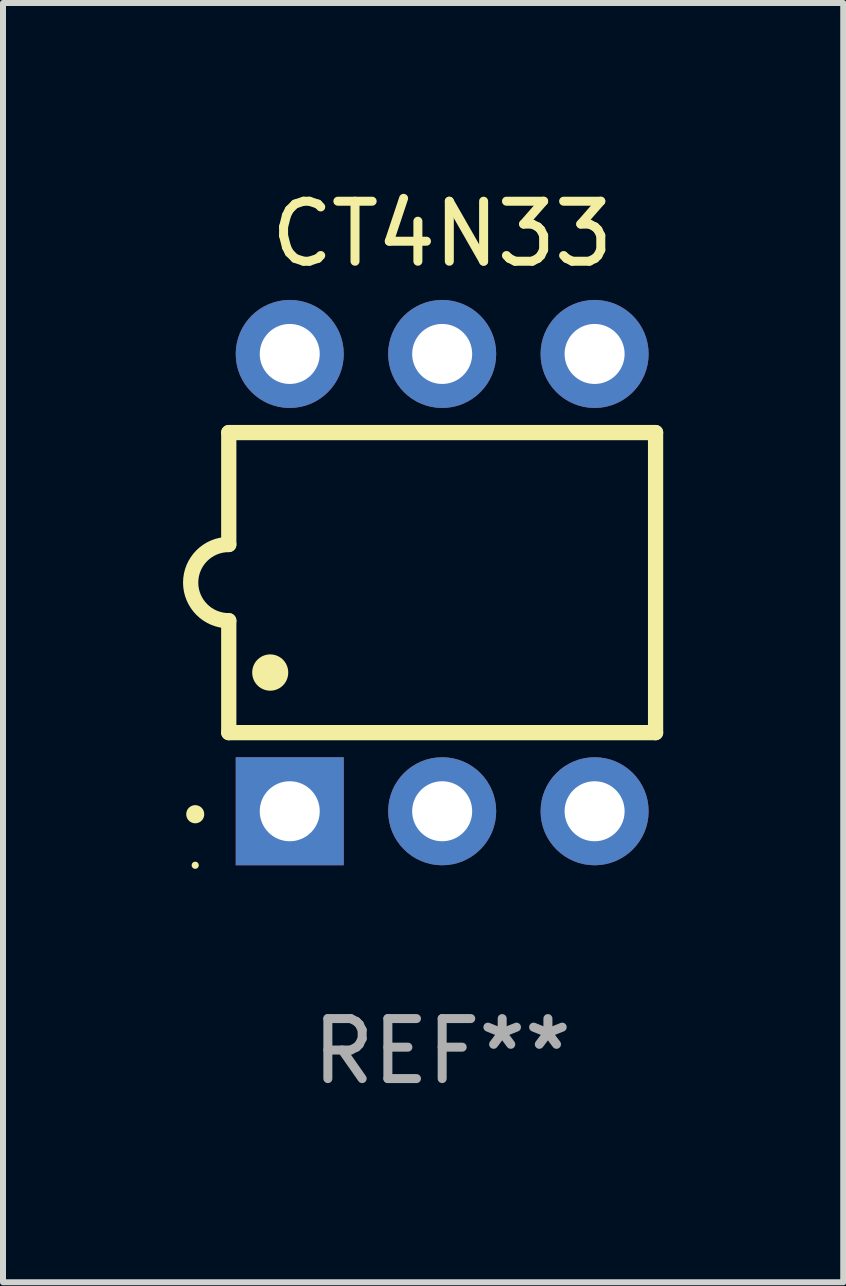
<source format=kicad_pcb>
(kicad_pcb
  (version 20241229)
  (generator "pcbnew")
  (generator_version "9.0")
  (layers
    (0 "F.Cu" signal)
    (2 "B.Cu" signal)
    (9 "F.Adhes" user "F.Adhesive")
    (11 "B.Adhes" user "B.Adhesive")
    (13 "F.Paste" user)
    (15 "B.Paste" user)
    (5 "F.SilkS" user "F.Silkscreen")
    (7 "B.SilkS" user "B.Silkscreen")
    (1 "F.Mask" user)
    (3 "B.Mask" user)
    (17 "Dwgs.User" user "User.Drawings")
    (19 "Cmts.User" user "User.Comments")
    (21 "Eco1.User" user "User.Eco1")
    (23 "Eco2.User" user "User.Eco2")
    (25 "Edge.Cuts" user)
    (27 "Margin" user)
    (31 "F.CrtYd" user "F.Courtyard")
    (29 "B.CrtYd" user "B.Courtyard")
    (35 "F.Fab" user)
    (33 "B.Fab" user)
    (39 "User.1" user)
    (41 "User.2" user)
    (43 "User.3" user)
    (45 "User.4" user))
  (footprint "CT4N33"
    (layer "F.Cu")
    (at 4.318 6.658)
    (property "Reference" "CT4N33" (at 0 -5.81 0) (layer "F.SilkS") (effects (font (size 1 1) (thickness 0.15))))
    (attr through_hole)
    (fp_line (start -3.556 -2.5) (end 3.556 -2.5) (stroke (width 0.254) (type solid)) (layer "F.SilkS"))
    (fp_line (start -3.556 -0.635) (end -3.556 -2.5) (stroke (width 0.254) (type solid)) (layer "F.SilkS"))
    (fp_line (start -3.556 0.635) (end -3.556 2.5) (stroke (width 0.254) (type solid)) (layer "F.SilkS"))
    (fp_line (start -3.556 2.5) (end 3.556 2.5) (stroke (width 0.254) (type solid)) (layer "F.SilkS"))
    (fp_line (start 3.556 -2.5) (end 3.556 2.5) (stroke (width 0.254) (type solid)) (layer "F.SilkS"))
    (fp_arc (start -4.114808 3.860808) (mid -4.114813 3.859538) (end -4.114808 3.858268) (stroke (width 0.3) (type solid)) (layer "F.SilkS"))
    (fp_arc (start -3.556007 0.635001) (mid -4.191008 0) (end -3.556007 -0.635001) (stroke (width 0.254001) (type solid)) (layer "F.SilkS"))
    (fp_arc (start -2.865405 1.501143) (mid -2.865416 1.498603) (end -2.865405 1.496063) (stroke (width 0.6) (type solid)) (layer "F.SilkS"))
    (fp_circle (center -4.115 4.71) (end -4.085 4.71) (stroke (width 0.06) (type solid)) (fill no) (layer "F.SilkS"))
    (fp_text user "REF**" (at 0 7.81 0) (layer "F.Fab") (effects (font (size 1 1) (thickness 0.15))))
    (pad "1" thru_hole rect (at -2.54 3.81 90) (size 1.8 1.8) (drill 1) (layers "*.Cu" "*.Mask"))
    (pad "2" thru_hole circle (at 0 3.81) (size 1.8 1.8) (drill 1) (layers "*.Cu" "*.Mask"))
    (pad "3" thru_hole circle (at 2.54 3.81) (size 1.8 1.8) (drill 1) (layers "*.Cu" "*.Mask"))
    (pad "4" thru_hole circle (at 2.54 -3.81) (size 1.8 1.8) (drill 1) (layers "*.Cu" "*.Mask"))
    (pad "5" thru_hole circle (at 0 -3.81) (size 1.8 1.8) (drill 1) (layers "*.Cu" "*.Mask"))
    (pad "6" thru_hole circle (at -2.54 -3.81) (size 1.8 1.8) (drill 1) (layers "*.Cu" "*.Mask")))
  (gr_rect
    (start -3 -3)
    (end 11.001 18.317)
    (stroke (width 0.1) (type default))
    (fill no)
    (layer "Edge.Cuts")))
</source>
